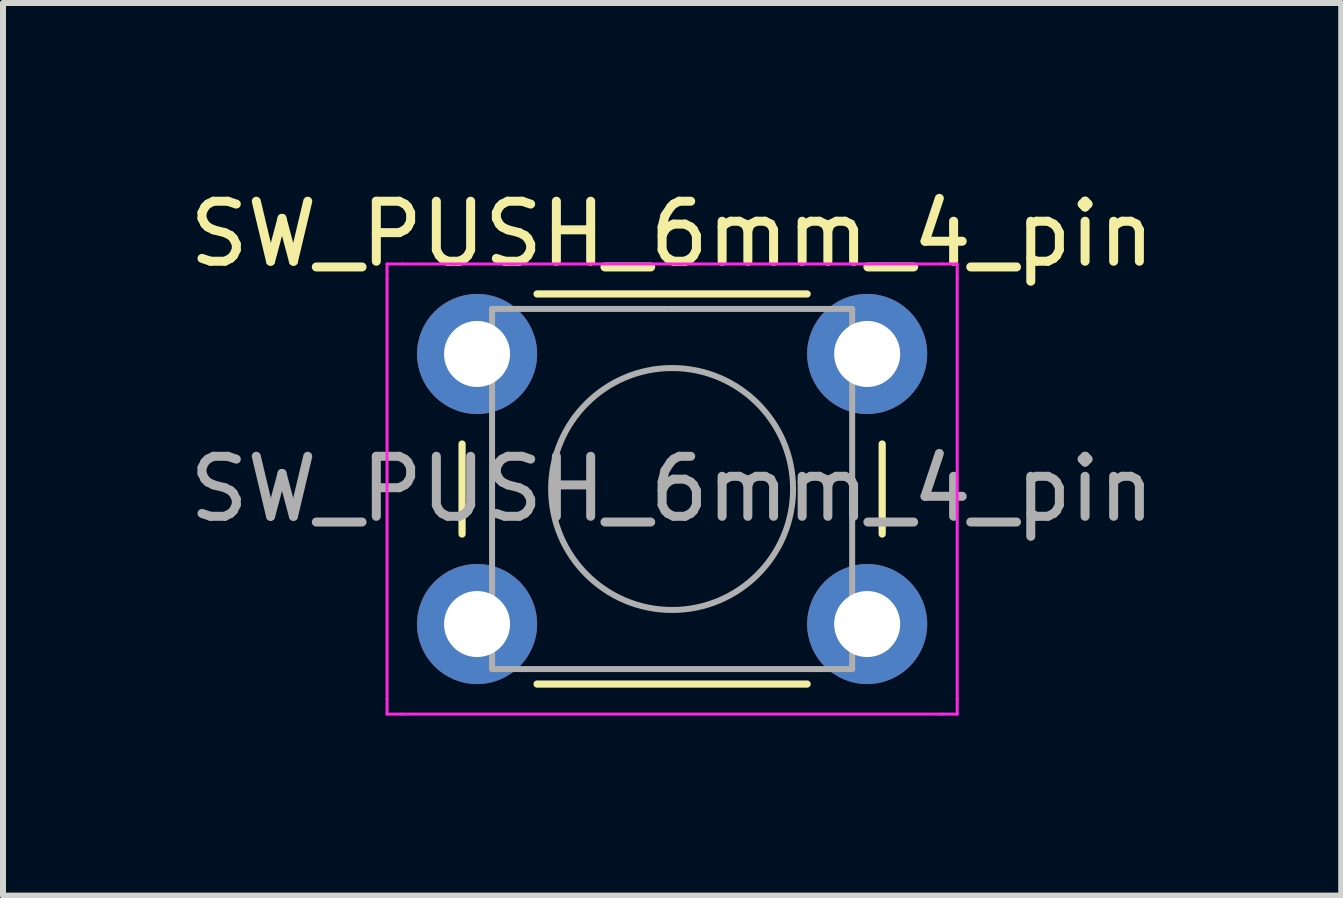
<source format=kicad_pcb>
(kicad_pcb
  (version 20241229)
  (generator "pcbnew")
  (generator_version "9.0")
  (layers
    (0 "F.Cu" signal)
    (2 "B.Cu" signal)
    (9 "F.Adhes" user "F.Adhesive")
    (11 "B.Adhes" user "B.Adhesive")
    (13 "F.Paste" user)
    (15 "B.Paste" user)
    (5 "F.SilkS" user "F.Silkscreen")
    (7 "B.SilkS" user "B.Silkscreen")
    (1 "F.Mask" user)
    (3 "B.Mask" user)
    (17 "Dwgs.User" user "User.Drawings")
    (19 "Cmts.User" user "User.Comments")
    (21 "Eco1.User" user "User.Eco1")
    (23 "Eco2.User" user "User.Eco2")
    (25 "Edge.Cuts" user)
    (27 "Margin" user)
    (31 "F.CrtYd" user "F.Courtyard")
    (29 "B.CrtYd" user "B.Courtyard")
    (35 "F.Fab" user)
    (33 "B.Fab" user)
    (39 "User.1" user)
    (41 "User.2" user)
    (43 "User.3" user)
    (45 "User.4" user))
  (footprint "SW_PUSH_6mm_4_pin"
    (layer "F.Cu")
    (at 4.899 2.848)
    (property "Reference" "SW_PUSH_6mm_4_pin" (at 3.25 -2 0) (layer "F.SilkS") (effects (font (size 1 1) (thickness 0.15))))
    (attr through_hole)
    (fp_line (start -0.25 1.5) (end -0.25 3) (stroke (width 0.12) (type solid)) (layer "F.SilkS"))
    (fp_line (start 1 5.5) (end 5.5 5.5) (stroke (width 0.12) (type solid)) (layer "F.SilkS"))
    (fp_line (start 5.5 -1) (end 1 -1) (stroke (width 0.12) (type solid)) (layer "F.SilkS"))
    (fp_line (start 6.75 3) (end 6.75 1.5) (stroke (width 0.12) (type solid)) (layer "F.SilkS"))
    (fp_line (start -1.5 -1.5) (end -1.25 -1.5) (stroke (width 0.05) (type solid)) (layer "F.CrtYd"))
    (fp_line (start -1.5 -1.25) (end -1.5 -1.5) (stroke (width 0.05) (type solid)) (layer "F.CrtYd"))
    (fp_line (start -1.5 5.75) (end -1.5 -1.25) (stroke (width 0.05) (type solid)) (layer "F.CrtYd"))
    (fp_line (start -1.5 5.75) (end -1.5 6) (stroke (width 0.05) (type solid)) (layer "F.CrtYd"))
    (fp_line (start -1.5 6) (end -1.25 6) (stroke (width 0.05) (type solid)) (layer "F.CrtYd"))
    (fp_line (start -1.25 -1.5) (end 7.75 -1.5) (stroke (width 0.05) (type solid)) (layer "F.CrtYd"))
    (fp_line (start 7.75 -1.5) (end 8 -1.5) (stroke (width 0.05) (type solid)) (layer "F.CrtYd"))
    (fp_line (start 7.75 6) (end -1.25 6) (stroke (width 0.05) (type solid)) (layer "F.CrtYd"))
    (fp_line (start 7.75 6) (end 8 6) (stroke (width 0.05) (type solid)) (layer "F.CrtYd"))
    (fp_line (start 8 -1.5) (end 8 -1.25) (stroke (width 0.05) (type solid)) (layer "F.CrtYd"))
    (fp_line (start 8 -1.25) (end 8 5.75) (stroke (width 0.05) (type solid)) (layer "F.CrtYd"))
    (fp_line (start 8 6) (end 8 5.75) (stroke (width 0.05) (type solid)) (layer "F.CrtYd"))
    (fp_line (start 0.25 -0.75) (end 3.25 -0.75) (stroke (width 0.1) (type solid)) (layer "F.Fab"))
    (fp_line (start 0.25 5.25) (end 0.25 -0.75) (stroke (width 0.1) (type solid)) (layer "F.Fab"))
    (fp_line (start 3.25 -0.75) (end 6.25 -0.75) (stroke (width 0.1) (type solid)) (layer "F.Fab"))
    (fp_line (start 6.25 -0.75) (end 6.25 5.25) (stroke (width 0.1) (type solid)) (layer "F.Fab"))
    (fp_line (start 6.25 5.25) (end 0.25 5.25) (stroke (width 0.1) (type solid)) (layer "F.Fab"))
    (fp_circle (center 3.25 2.25) (end 1.25 2.5) (stroke (width 0.1) (type solid)) (fill no) (layer "F.Fab"))
    (fp_text user "${REFERENCE}" (at 3.25 2.25 0) (layer "F.Fab") (effects (font (size 1 1) (thickness 0.15))))
    (pad "1" thru_hole circle (at 0 0 90) (size 2 2) (drill 1.1) (layers "*.Cu" "*.Mask"))
    (pad "2" thru_hole circle (at 6.5 0 90) (size 2 2) (drill 1.1) (layers "*.Cu" "*.Mask"))
    (pad "3" thru_hole circle (at 0 4.5 90) (size 2 2) (drill 1.1) (layers "*.Cu" "*.Mask"))
    (pad "4" thru_hole circle (at 6.5 4.5 90) (size 2 2) (drill 1.1) (layers "*.Cu" "*.Mask")))
  (gr_rect
    (start -3 -3)
    (end 19.298 11.873)
    (stroke (width 0.1) (type default))
    (fill no)
    (layer "Edge.Cuts")))
</source>
